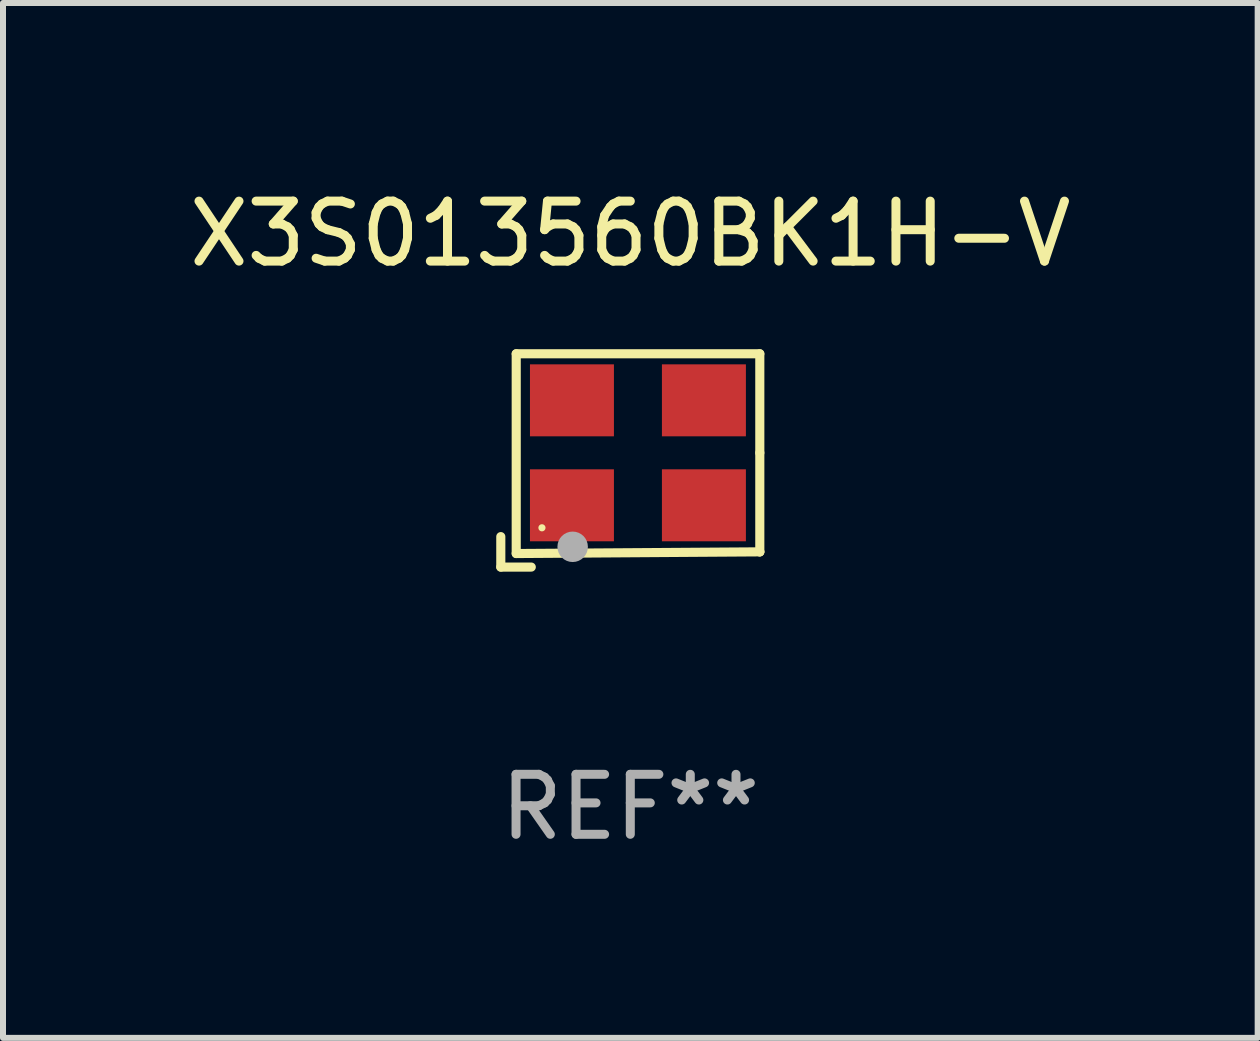
<source format=kicad_pcb>
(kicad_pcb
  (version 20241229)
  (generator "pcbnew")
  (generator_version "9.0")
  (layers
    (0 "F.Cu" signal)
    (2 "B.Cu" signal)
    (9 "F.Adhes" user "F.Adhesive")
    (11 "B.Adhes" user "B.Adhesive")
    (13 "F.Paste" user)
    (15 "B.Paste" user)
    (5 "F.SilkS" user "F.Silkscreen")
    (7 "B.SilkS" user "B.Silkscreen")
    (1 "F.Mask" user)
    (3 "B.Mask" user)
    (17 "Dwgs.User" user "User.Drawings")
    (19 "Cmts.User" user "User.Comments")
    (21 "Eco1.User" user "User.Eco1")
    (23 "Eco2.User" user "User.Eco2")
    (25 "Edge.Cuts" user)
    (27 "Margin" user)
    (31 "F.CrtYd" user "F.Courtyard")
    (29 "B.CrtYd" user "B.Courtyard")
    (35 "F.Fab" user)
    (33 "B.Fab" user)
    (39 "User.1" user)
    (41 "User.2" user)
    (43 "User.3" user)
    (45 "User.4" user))
  (footprint "X3S013560BK1H-V"
    (layer "F.Cu")
    (at 7.458 4.626)
    (property "Reference" "X3S013560BK1H-V" (at 0 -3.778 0) (layer "F.SilkS") (effects (font (size 1 1) (thickness 0.15))))
    (attr through_hole)
    (fp_line (start -2.159 1.27) (end -2.159 1.778) (stroke (width 0.152) (type solid)) (layer "F.SilkS"))
    (fp_line (start -2.159 1.778) (end -1.651 1.778) (stroke (width 0.152) (type solid)) (layer "F.SilkS"))
    (fp_line (start -1.902 -1.778) (end 2.159 -1.778) (stroke (width 0.152) (type solid)) (layer "F.SilkS"))
    (fp_line (start -1.902 1.552) (end -1.902 -1.778) (stroke (width 0.152) (type solid)) (layer "F.SilkS"))
    (fp_line (start 2.159 -1.778) (end 2.159 -0.127) (stroke (width 0.152) (type solid)) (layer "F.SilkS"))
    (fp_line (start 2.159 -0.127) (end 2.159 1.524) (stroke (width 0.152) (type solid)) (layer "F.SilkS"))
    (fp_line (start 2.159 1.524) (end -1.902 1.552) (stroke (width 0.152) (type solid)) (layer "F.SilkS"))
    (fp_line (start 2.159 1.524) (end 2.159 1.524) (stroke (width 0.152) (type solid)) (layer "F.SilkS"))
    (fp_circle (center -1.473 1.123) (end -1.443 1.123) (stroke (width 0.06) (type solid)) (fill no) (layer "F.SilkS"))
    (fp_circle (center -0.961 1.44) (end -0.834 1.44) (stroke (width 0.254) (type solid)) (fill no) (layer "F.Fab"))
    (fp_text user "REF**" (at 0 5.778 0) (layer "F.Fab") (effects (font (size 1 1) (thickness 0.15))))
    (pad "1" smd rect (at -0.973 0.748) (size 1.4 1.2) (layers "F.Cu" "F.Mask" "F.Paste"))
    (pad "2" smd rect (at 1.227 0.748) (size 1.4 1.2) (layers "F.Cu" "F.Mask" "F.Paste"))
    (pad "3" smd rect (at 1.227 -1.002) (size 1.4 1.2) (layers "F.Cu" "F.Mask" "F.Paste"))
    (pad "4" smd rect (at -0.973 -1.002) (size 1.4 1.2) (layers "F.Cu" "F.Mask" "F.Paste")))
  (gr_rect
    (start -3 -3)
    (end 17.917 14.253)
    (stroke (width 0.1) (type default))
    (fill no)
    (layer "Edge.Cuts")))
</source>
